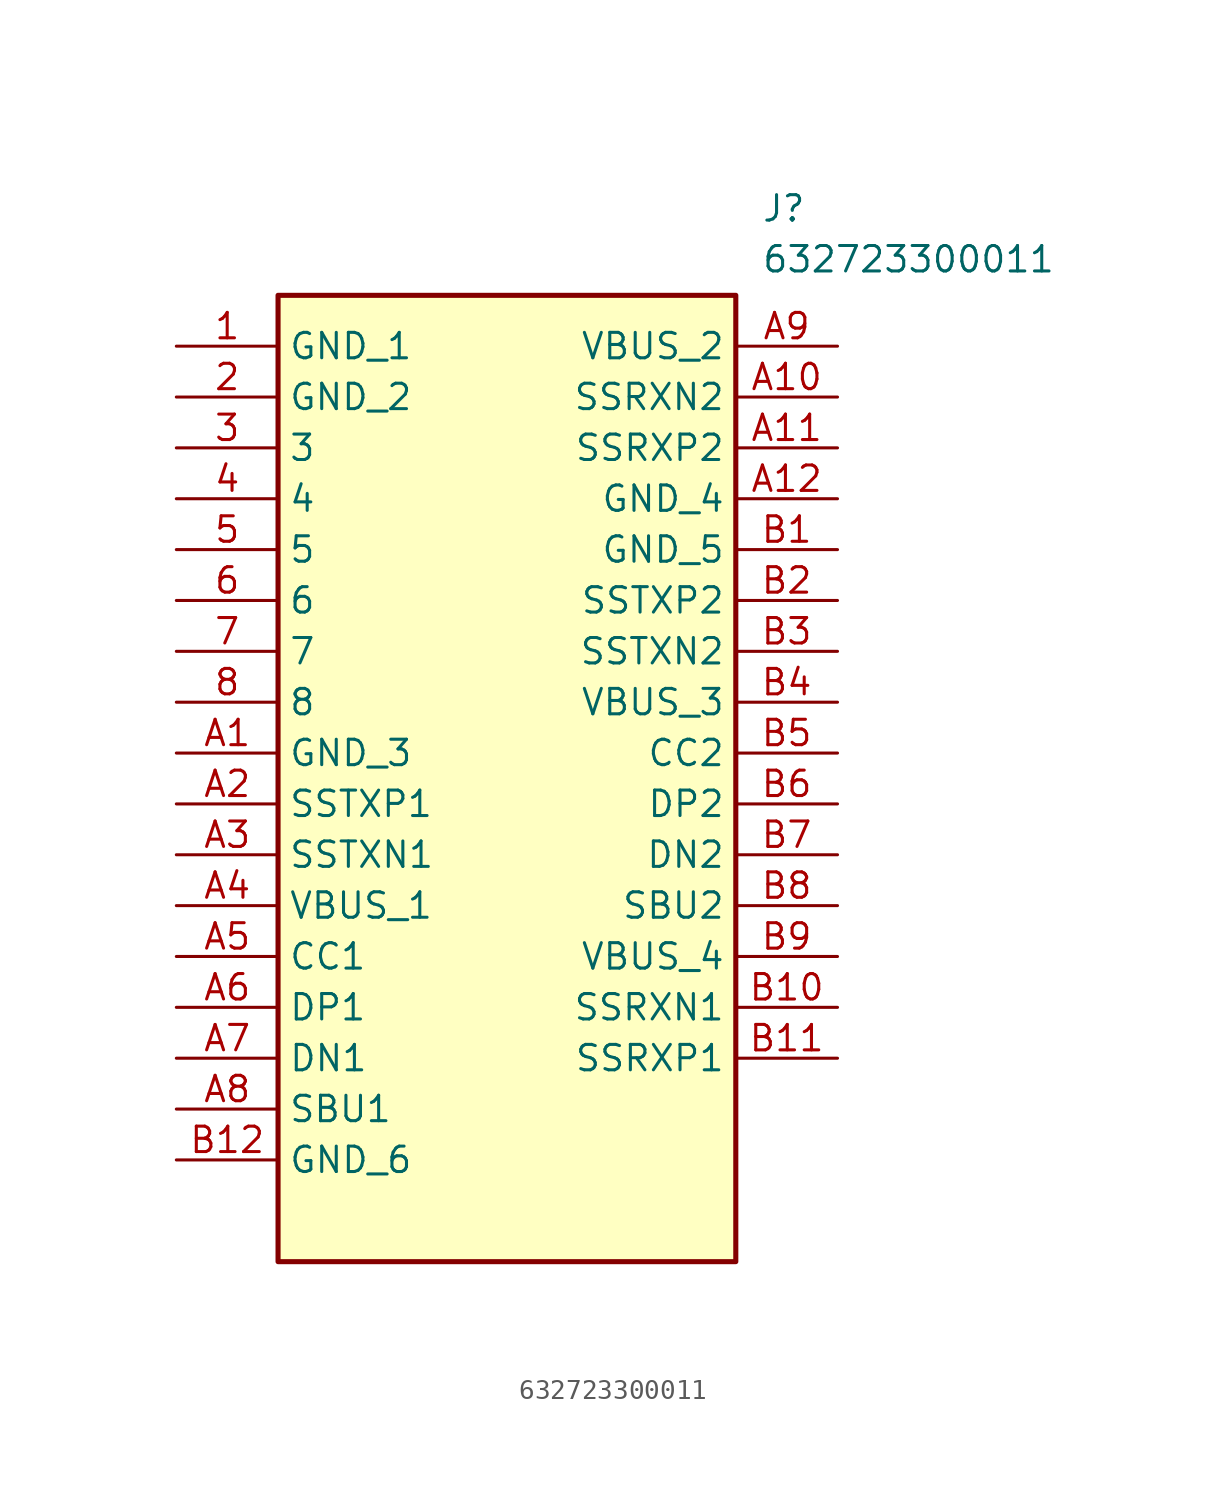
<source format=kicad_sym>
(kicad_symbol_lib
  (version 20211014)
  (generator SamacSys_ECAD_Model)
  (symbol "632723300011"
    (property "Reference" "J"
      (at 29.21 7.62 0)
      (effects (font (size 1.27 1.27)) (justify left top)))
    (property "Value" "632723300011"
      (at 29.21 5.08 0)
      (effects (font (size 1.27 1.27)) (justify left top)))
    (rectangle
      (start 5.08 2.54)
      (end 27.94 -45.72)
      (stroke (width 0.254) (type default))
      (fill (type background)))
    (pin passive line
      (at 0 0 0)
      (length 5.08)
      (name "GND_1" (effects (font (size 1.27 1.27))))
      (number "1" (effects (font (size 1.27 1.27)))))
    (pin passive line
      (at 0 -2.54 0)
      (length 5.08)
      (name "GND_2" (effects (font (size 1.27 1.27))))
      (number "2" (effects (font (size 1.27 1.27)))))
    (pin passive line
      (at 0 -5.08 0)
      (length 5.08)
      (name "3" (effects (font (size 1.27 1.27))))
      (number "3" (effects (font (size 1.27 1.27)))))
    (pin passive line
      (at 0 -7.62 0)
      (length 5.08)
      (name "4" (effects (font (size 1.27 1.27))))
      (number "4" (effects (font (size 1.27 1.27)))))
    (pin passive line
      (at 0 -10.16 0)
      (length 5.08)
      (name "5" (effects (font (size 1.27 1.27))))
      (number "5" (effects (font (size 1.27 1.27)))))
    (pin passive line
      (at 0 -12.7 0)
      (length 5.08)
      (name "6" (effects (font (size 1.27 1.27))))
      (number "6" (effects (font (size 1.27 1.27)))))
    (pin passive line
      (at 0 -15.24 0)
      (length 5.08)
      (name "7" (effects (font (size 1.27 1.27))))
      (number "7" (effects (font (size 1.27 1.27)))))
    (pin passive line
      (at 0 -17.78 0)
      (length 5.08)
      (name "8" (effects (font (size 1.27 1.27))))
      (number "8" (effects (font (size 1.27 1.27)))))
    (pin passive line
      (at 0 -20.32 0)
      (length 5.08)
      (name "GND_3" (effects (font (size 1.27 1.27))))
      (number "A1" (effects (font (size 1.27 1.27)))))
    (pin passive line
      (at 0 -22.86 0)
      (length 5.08)
      (name "SSTXP1" (effects (font (size 1.27 1.27))))
      (number "A2" (effects (font (size 1.27 1.27)))))
    (pin passive line
      (at 0 -25.4 0)
      (length 5.08)
      (name "SSTXN1" (effects (font (size 1.27 1.27))))
      (number "A3" (effects (font (size 1.27 1.27)))))
    (pin passive line
      (at 0 -27.94 0)
      (length 5.08)
      (name "VBUS_1" (effects (font (size 1.27 1.27))))
      (number "A4" (effects (font (size 1.27 1.27)))))
    (pin passive line
      (at 0 -30.48 0)
      (length 5.08)
      (name "CC1" (effects (font (size 1.27 1.27))))
      (number "A5" (effects (font (size 1.27 1.27)))))
    (pin passive line
      (at 0 -33.02 0)
      (length 5.08)
      (name "DP1" (effects (font (size 1.27 1.27))))
      (number "A6" (effects (font (size 1.27 1.27)))))
    (pin passive line
      (at 0 -35.56 0)
      (length 5.08)
      (name "DN1" (effects (font (size 1.27 1.27))))
      (number "A7" (effects (font (size 1.27 1.27)))))
    (pin passive line
      (at 0 -38.1 0)
      (length 5.08)
      (name "SBU1" (effects (font (size 1.27 1.27))))
      (number "A8" (effects (font (size 1.27 1.27)))))
    (pin passive line
      (at 33.02 0 180)
      (length 5.08)
      (name "VBUS_2" (effects (font (size 1.27 1.27))))
      (number "A9" (effects (font (size 1.27 1.27)))))
    (pin passive line
      (at 33.02 -2.54 180)
      (length 5.08)
      (name "SSRXN2" (effects (font (size 1.27 1.27))))
      (number "A10" (effects (font (size 1.27 1.27)))))
    (pin passive line
      (at 33.02 -5.08 180)
      (length 5.08)
      (name "SSRXP2" (effects (font (size 1.27 1.27))))
      (number "A11" (effects (font (size 1.27 1.27)))))
    (pin passive line
      (at 33.02 -7.62 180)
      (length 5.08)
      (name "GND_4" (effects (font (size 1.27 1.27))))
      (number "A12" (effects (font (size 1.27 1.27)))))
    (pin passive line
      (at 33.02 -10.16 180)
      (length 5.08)
      (name "GND_5" (effects (font (size 1.27 1.27))))
      (number "B1" (effects (font (size 1.27 1.27)))))
    (pin passive line
      (at 33.02 -12.7 180)
      (length 5.08)
      (name "SSTXP2" (effects (font (size 1.27 1.27))))
      (number "B2" (effects (font (size 1.27 1.27)))))
    (pin passive line
      (at 33.02 -15.24 180)
      (length 5.08)
      (name "SSTXN2" (effects (font (size 1.27 1.27))))
      (number "B3" (effects (font (size 1.27 1.27)))))
    (pin passive line
      (at 33.02 -17.78 180)
      (length 5.08)
      (name "VBUS_3" (effects (font (size 1.27 1.27))))
      (number "B4" (effects (font (size 1.27 1.27)))))
    (pin passive line
      (at 33.02 -20.32 180)
      (length 5.08)
      (name "CC2" (effects (font (size 1.27 1.27))))
      (number "B5" (effects (font (size 1.27 1.27)))))
    (pin passive line
      (at 33.02 -22.86 180)
      (length 5.08)
      (name "DP2" (effects (font (size 1.27 1.27))))
      (number "B6" (effects (font (size 1.27 1.27)))))
    (pin passive line
      (at 33.02 -25.4 180)
      (length 5.08)
      (name "DN2" (effects (font (size 1.27 1.27))))
      (number "B7" (effects (font (size 1.27 1.27)))))
    (pin passive line
      (at 33.02 -27.94 180)
      (length 5.08)
      (name "SBU2" (effects (font (size 1.27 1.27))))
      (number "B8" (effects (font (size 1.27 1.27)))))
    (pin passive line
      (at 33.02 -30.48 180)
      (length 5.08)
      (name "VBUS_4" (effects (font (size 1.27 1.27))))
      (number "B9" (effects (font (size 1.27 1.27)))))
    (pin passive line
      (at 33.02 -33.02 180)
      (length 5.08)
      (name "SSRXN1" (effects (font (size 1.27 1.27))))
      (number "B10" (effects (font (size 1.27 1.27)))))
    (pin passive line
      (at 33.02 -35.56 180)
      (length 5.08)
      (name "SSRXP1" (effects (font (size 1.27 1.27))))
      (number "B11" (effects (font (size 1.27 1.27)))))
    (pin passive line
      (at 0 -40.64 0)
      (length 5.08)
      (name "GND_6" (effects (font (size 1.27 1.27))))
      (number "B12" (effects (font (size 1.27 1.27)))))))
</source>
